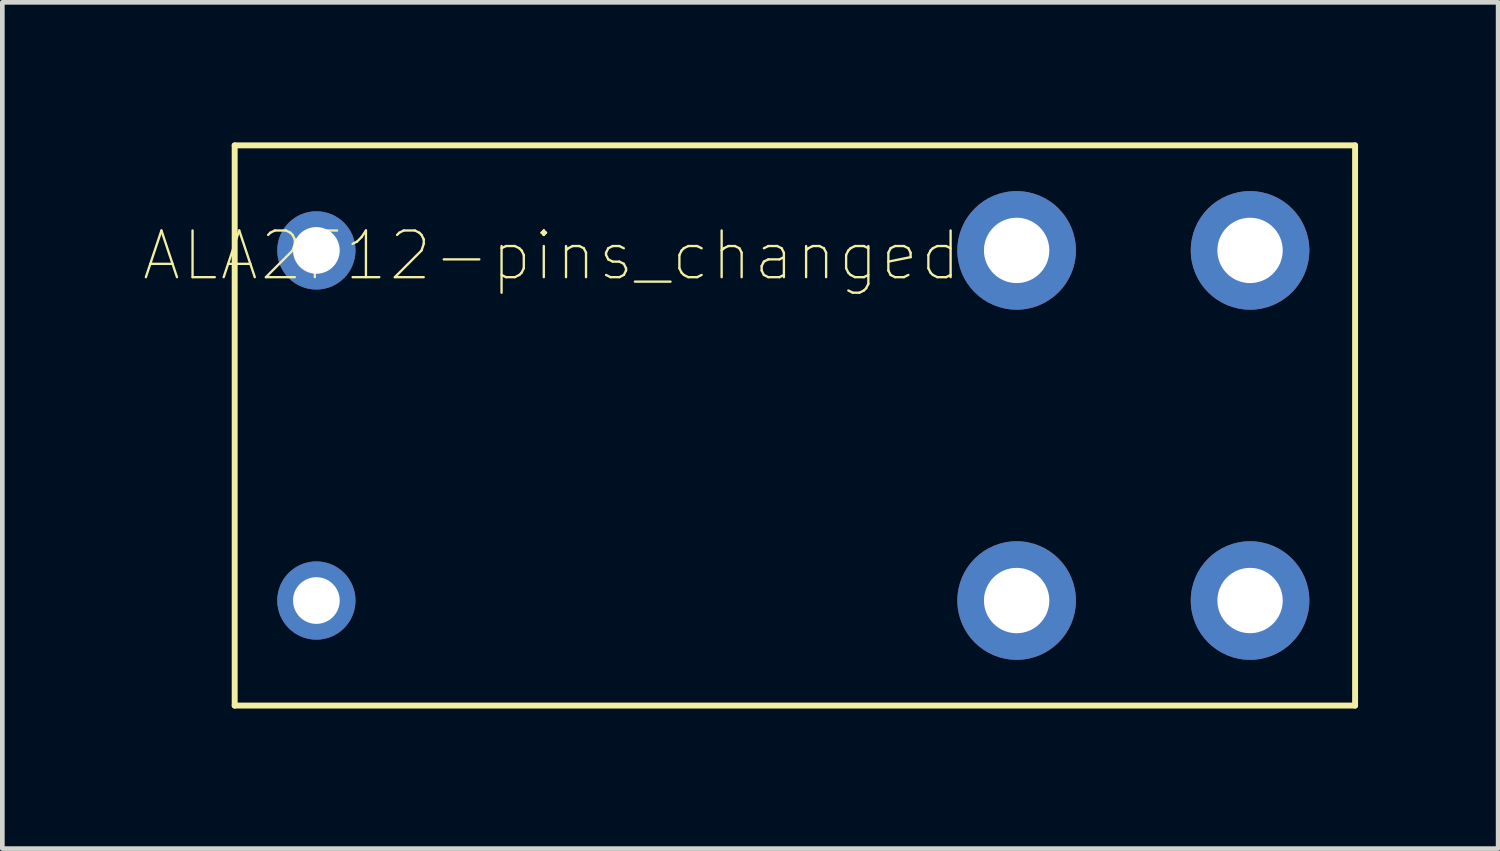
<source format=kicad_pcb>
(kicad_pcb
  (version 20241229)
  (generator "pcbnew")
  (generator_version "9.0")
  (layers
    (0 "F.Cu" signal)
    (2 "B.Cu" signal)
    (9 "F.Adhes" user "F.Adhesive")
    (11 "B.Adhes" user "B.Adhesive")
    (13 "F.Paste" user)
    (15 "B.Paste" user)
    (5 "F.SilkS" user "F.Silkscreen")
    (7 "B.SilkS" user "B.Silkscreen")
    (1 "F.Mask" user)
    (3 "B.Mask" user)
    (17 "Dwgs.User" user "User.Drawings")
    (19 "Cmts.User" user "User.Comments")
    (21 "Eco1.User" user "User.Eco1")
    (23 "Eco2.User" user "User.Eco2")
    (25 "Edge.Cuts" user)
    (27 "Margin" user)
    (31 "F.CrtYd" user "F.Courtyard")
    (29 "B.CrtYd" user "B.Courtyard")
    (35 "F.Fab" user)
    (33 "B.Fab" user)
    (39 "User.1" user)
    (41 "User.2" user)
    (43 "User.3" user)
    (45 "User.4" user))
  (footprint "ALA2F12-pins_changed"
    (layer "F.Cu")
    (at 13.977 6.064)
    (property "Reference" "ALA2F12-pins_changed" (at -5.212 -3.637 0) (layer "F.SilkS") (effects (font (size 1 1) (thickness 0.05))))
    (attr through_hole)
    (fp_line (start -12 -6) (end -12 6) (stroke (width 0.127) (type solid)) (layer "F.SilkS"))
    (fp_line (start -12 6) (end 12 6) (stroke (width 0.127) (type solid)) (layer "F.SilkS"))
    (fp_line (start 12 -6) (end -12 -6) (stroke (width 0.127) (type solid)) (layer "F.SilkS"))
    (fp_line (start 12 6) (end 12 -6) (stroke (width 0.127) (type solid)) (layer "F.SilkS"))
    (fp_line (start -11.25 -1.5) (end -11.25 1.25) (stroke (width 0.127) (type solid)) (layer "Eco2.User"))
    (fp_line (start -11.25 1.25) (end -10.25 1.25) (stroke (width 0.127) (type solid)) (layer "Eco2.User"))
    (fp_line (start -10.25 -3.75) (end -10.25 -1.5) (stroke (width 0.127) (type solid)) (layer "Eco2.User"))
    (fp_line (start -10.25 -1.5) (end -11.25 -1.5) (stroke (width 0.127) (type solid)) (layer "Eco2.User"))
    (fp_line (start -10.25 1.25) (end -9.25 1.25) (stroke (width 0.127) (type solid)) (layer "Eco2.User"))
    (fp_line (start -10.25 3.75) (end -10.25 1.25) (stroke (width 0.127) (type solid)) (layer "Eco2.User"))
    (fp_line (start -9.25 -1.5) (end -10.25 -1.5) (stroke (width 0.127) (type solid)) (layer "Eco2.User"))
    (fp_line (start -9.25 1.25) (end -9.25 -1.5) (stroke (width 0.127) (type solid)) (layer "Eco2.User"))
    (fp_line (start 4.75 -3.75) (end 4.75 -1.75) (stroke (width 0.127) (type solid)) (layer "Eco2.User"))
    (fp_line (start 4.75 -1.75) (end 9.75 -1) (stroke (width 0.127) (type solid)) (layer "Eco2.User"))
    (fp_line (start 4.75 1.75) (end 9.75 0.75) (stroke (width 0.127) (type solid)) (layer "Eco2.User"))
    (fp_line (start 4.75 3.75) (end 4.75 1.75) (stroke (width 0.127) (type solid)) (layer "Eco2.User"))
    (fp_line (start 9.75 -3.75) (end 9.75 -1.5) (stroke (width 0.127) (type solid)) (layer "Eco2.User"))
    (fp_line (start 9.75 -1.5) (end 9.5 -2) (stroke (width 0.127) (type solid)) (layer "Eco2.User"))
    (fp_line (start 9.75 -1.5) (end 10 -2) (stroke (width 0.127) (type solid)) (layer "Eco2.User"))
    (fp_line (start 9.75 1.25) (end 9.5 1.75) (stroke (width 0.127) (type solid)) (layer "Eco2.User"))
    (fp_line (start 9.75 1.25) (end 10 1.75) (stroke (width 0.127) (type solid)) (layer "Eco2.User"))
    (fp_line (start 9.75 3.75) (end 9.75 1.25) (stroke (width 0.127) (type solid)) (layer "Eco2.User"))
    (pad "1" thru_hole circle (at -10.25 3.75) (size 1.676 1.676) (drill 1) (layers "*.Cu" "*.Mask"))
    (pad "2" thru_hole circle (at -10.25 -3.75) (size 1.676 1.676) (drill 1) (layers "*.Cu" "*.Mask"))
    (pad "3" thru_hole circle (at 9.75 3.75) (size 2.54 2.54) (drill 1.4) (layers "*.Cu" "*.Mask"))
    (pad "4" thru_hole circle (at 4.75 3.75) (size 2.54 2.54) (drill 1.4) (layers "*.Cu" "*.Mask"))
    (pad "5" thru_hole circle (at 4.75 -3.75) (size 2.54 2.54) (drill 1.4) (layers "*.Cu" "*.Mask"))
    (pad "6" thru_hole circle (at 9.75 -3.75) (size 2.54 2.54) (drill 1.4) (layers "*.Cu" "*.Mask")))
  (gr_rect
    (start -3 -3)
    (end 29.041 15.127)
    (stroke (width 0.1) (type default))
    (fill no)
    (layer "Edge.Cuts")))
</source>
